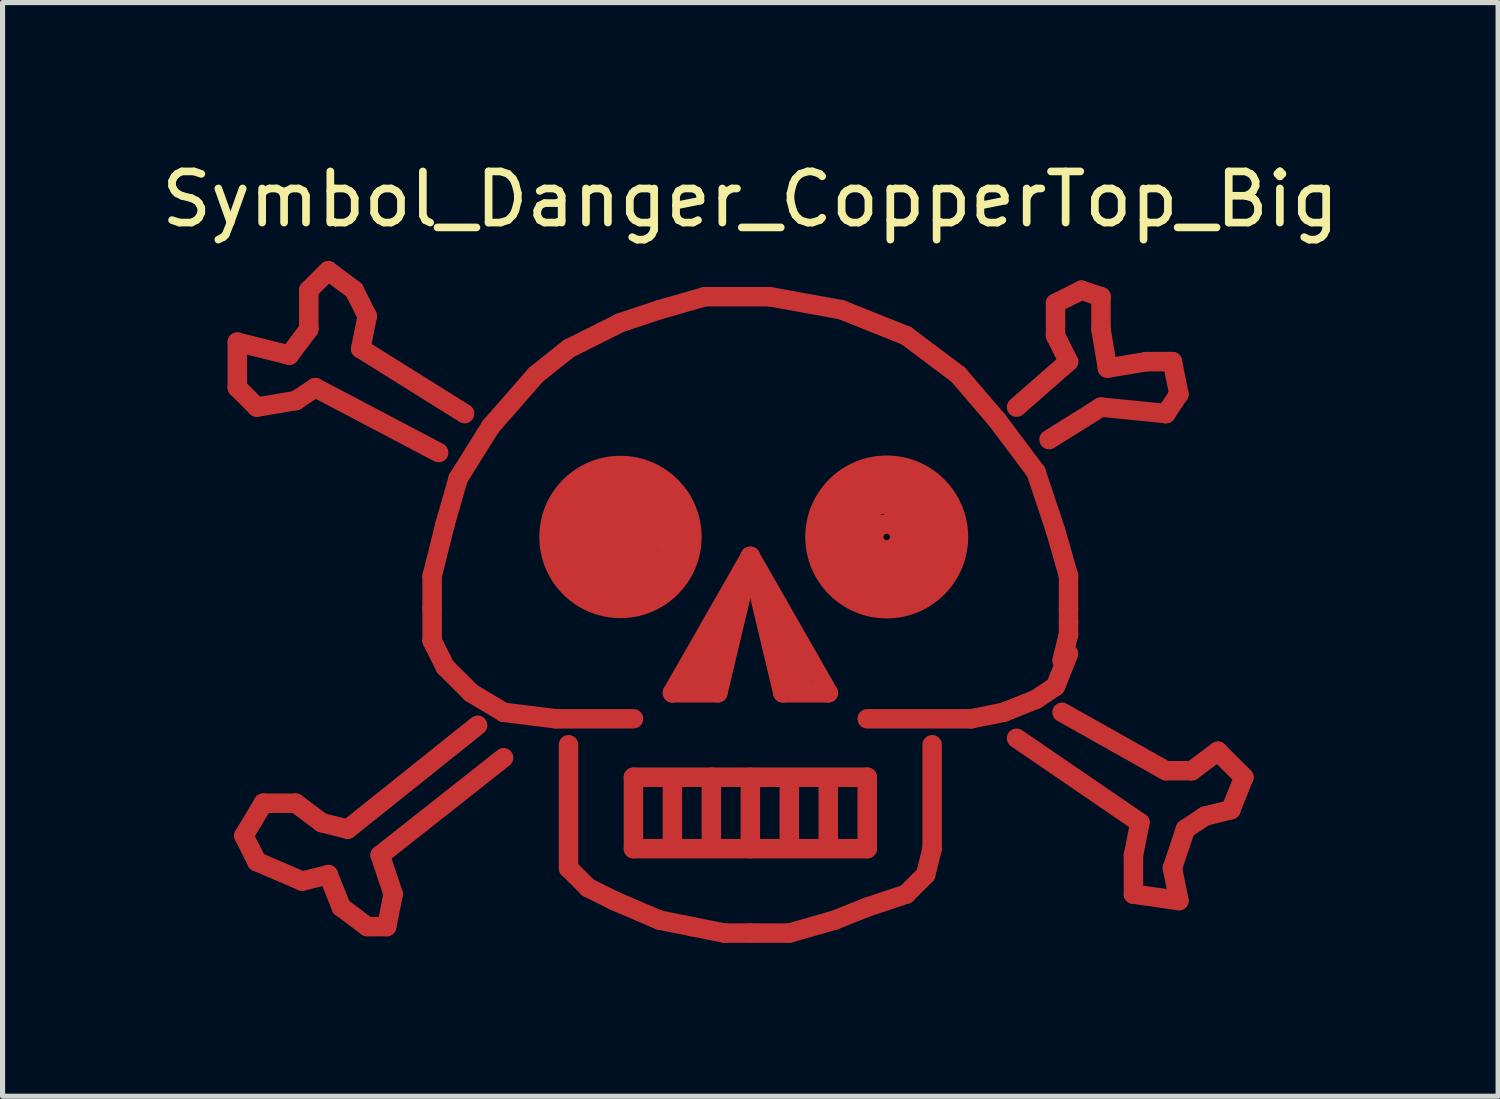
<source format=kicad_pcb>
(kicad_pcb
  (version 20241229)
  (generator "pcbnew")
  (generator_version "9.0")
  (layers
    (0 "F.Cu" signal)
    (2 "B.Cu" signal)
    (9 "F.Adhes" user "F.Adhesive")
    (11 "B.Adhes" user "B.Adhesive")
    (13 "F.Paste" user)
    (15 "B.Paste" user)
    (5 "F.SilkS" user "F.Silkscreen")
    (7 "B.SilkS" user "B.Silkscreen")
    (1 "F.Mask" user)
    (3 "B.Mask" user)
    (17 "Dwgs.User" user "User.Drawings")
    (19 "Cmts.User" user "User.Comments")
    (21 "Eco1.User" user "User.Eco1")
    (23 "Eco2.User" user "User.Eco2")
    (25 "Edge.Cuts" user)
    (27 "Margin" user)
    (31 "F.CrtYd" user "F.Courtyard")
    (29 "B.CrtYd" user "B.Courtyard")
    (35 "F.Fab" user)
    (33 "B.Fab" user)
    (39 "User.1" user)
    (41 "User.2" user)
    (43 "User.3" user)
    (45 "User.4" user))
  (footprint "Symbol_Danger_CopperTop_Big"
    (layer "F.Cu")
    (at 11.625 8.976)
    (property "Reference" "Symbol_Danger_CopperTop_Big" (at 0 -8.128 0) (layer "F.SilkS") (effects (font (size 1 1) (thickness 0.15))))
    (attr exclude_from_pos_files exclude_from_bom)
    (fp_line (start -10.033 -5.334) (end -10.033 -4.445) (stroke (width 0.381) (type solid)) (layer "F.Cu"))
    (fp_line (start -10.033 -4.445) (end -9.652 -4.064) (stroke (width 0.381) (type solid)) (layer "F.Cu"))
    (fp_line (start -9.906 4.318) (end -9.652 4.826) (stroke (width 0.381) (type solid)) (layer "F.Cu"))
    (fp_line (start -9.652 -4.064) (end -8.89 -4.191) (stroke (width 0.381) (type solid)) (layer "F.Cu"))
    (fp_line (start -9.652 4.826) (end -8.763 5.207) (stroke (width 0.381) (type solid)) (layer "F.Cu"))
    (fp_line (start -9.525 3.683) (end -9.906 4.318) (stroke (width 0.381) (type solid)) (layer "F.Cu"))
    (fp_line (start -9.017 -5.08) (end -10.033 -5.334) (stroke (width 0.381) (type solid)) (layer "F.Cu"))
    (fp_line (start -8.89 -4.191) (end -8.509 -4.445) (stroke (width 0.381) (type solid)) (layer "F.Cu"))
    (fp_line (start -8.89 3.683) (end -9.525 3.683) (stroke (width 0.381) (type solid)) (layer "F.Cu"))
    (fp_line (start -8.763 5.207) (end -8.255 5.08) (stroke (width 0.381) (type solid)) (layer "F.Cu"))
    (fp_line (start -8.636 -6.35) (end -8.636 -5.588) (stroke (width 0.381) (type solid)) (layer "F.Cu"))
    (fp_line (start -8.636 -5.588) (end -9.017 -5.08) (stroke (width 0.381) (type solid)) (layer "F.Cu"))
    (fp_line (start -8.509 -4.445) (end -6.096 -3.175) (stroke (width 0.381) (type solid)) (layer "F.Cu"))
    (fp_line (start -8.382 4.064) (end -8.89 3.683) (stroke (width 0.381) (type solid)) (layer "F.Cu"))
    (fp_line (start -8.255 -6.731) (end -8.636 -6.35) (stroke (width 0.381) (type solid)) (layer "F.Cu"))
    (fp_line (start -8.255 5.08) (end -8.001 5.715) (stroke (width 0.381) (type solid)) (layer "F.Cu"))
    (fp_line (start -8.001 5.715) (end -7.493 6.096) (stroke (width 0.381) (type solid)) (layer "F.Cu"))
    (fp_line (start -7.874 4.191) (end -8.382 4.064) (stroke (width 0.381) (type solid)) (layer "F.Cu"))
    (fp_line (start -7.747 -6.35) (end -8.255 -6.731) (stroke (width 0.381) (type solid)) (layer "F.Cu"))
    (fp_line (start -7.62 -5.207) (end -7.493 -5.842) (stroke (width 0.381) (type solid)) (layer "F.Cu"))
    (fp_line (start -7.493 -5.842) (end -7.747 -6.35) (stroke (width 0.381) (type solid)) (layer "F.Cu"))
    (fp_line (start -7.493 6.096) (end -7.112 6.096) (stroke (width 0.381) (type solid)) (layer "F.Cu"))
    (fp_line (start -7.239 4.699) (end -4.826 2.794) (stroke (width 0.381) (type solid)) (layer "F.Cu"))
    (fp_line (start -7.112 6.096) (end -6.985 5.461) (stroke (width 0.381) (type solid)) (layer "F.Cu"))
    (fp_line (start -6.985 5.461) (end -7.239 4.699) (stroke (width 0.381) (type solid)) (layer "F.Cu"))
    (fp_line (start -6.223 -0.762) (end -5.969 -1.778) (stroke (width 0.381) (type solid)) (layer "F.Cu"))
    (fp_line (start -6.223 -0.127) (end -6.223 -0.762) (stroke (width 0.381) (type solid)) (layer "F.Cu"))
    (fp_line (start -6.223 0.508) (end -6.223 -0.127) (stroke (width 0.381) (type solid)) (layer "F.Cu"))
    (fp_line (start -5.969 -1.778) (end -5.715 -2.667) (stroke (width 0.381) (type solid)) (layer "F.Cu"))
    (fp_line (start -5.969 1.016) (end -6.223 0.508) (stroke (width 0.381) (type solid)) (layer "F.Cu"))
    (fp_line (start -5.715 -2.667) (end -5.08 -3.683) (stroke (width 0.381) (type solid)) (layer "F.Cu"))
    (fp_line (start -5.588 -3.937) (end -7.62 -5.207) (stroke (width 0.381) (type solid)) (layer "F.Cu"))
    (fp_line (start -5.461 1.524) (end -5.969 1.016) (stroke (width 0.381) (type solid)) (layer "F.Cu"))
    (fp_line (start -5.334 2.159) (end -7.874 4.191) (stroke (width 0.381) (type solid)) (layer "F.Cu"))
    (fp_line (start -5.08 -3.683) (end -4.191 -4.699) (stroke (width 0.381) (type solid)) (layer "F.Cu"))
    (fp_line (start -4.826 1.905) (end -5.461 1.524) (stroke (width 0.381) (type solid)) (layer "F.Cu"))
    (fp_line (start -4.191 -4.699) (end -3.556 -5.207) (stroke (width 0.381) (type solid)) (layer "F.Cu"))
    (fp_line (start -3.81 2.032) (end -4.826 1.905) (stroke (width 0.381) (type solid)) (layer "F.Cu"))
    (fp_line (start -3.683 -1.905) (end -3.683 -1.27) (stroke (width 0.381) (type solid)) (layer "F.Cu"))
    (fp_line (start -3.683 -1.27) (end -3.429 -0.762) (stroke (width 0.381) (type solid)) (layer "F.Cu"))
    (fp_line (start -3.556 -5.207) (end -2.54 -5.715) (stroke (width 0.381) (type solid)) (layer "F.Cu"))
    (fp_line (start -3.556 2.54) (end -3.556 4.953) (stroke (width 0.381) (type solid)) (layer "F.Cu"))
    (fp_line (start -3.556 4.953) (end -3.175 5.334) (stroke (width 0.381) (type solid)) (layer "F.Cu"))
    (fp_line (start -3.429 -0.762) (end -3.048 -0.508) (stroke (width 0.381) (type solid)) (layer "F.Cu"))
    (fp_line (start -3.302 -1.524) (end -3.048 -1.143) (stroke (width 0.381) (type solid)) (layer "F.Cu"))
    (fp_line (start -3.175 -2.413) (end -3.683 -1.905) (stroke (width 0.381) (type solid)) (layer "F.Cu"))
    (fp_line (start -3.175 5.334) (end -2.667 5.588) (stroke (width 0.381) (type solid)) (layer "F.Cu"))
    (fp_line (start -3.048 -1.143) (end -2.667 -0.889) (stroke (width 0.381) (type solid)) (layer "F.Cu"))
    (fp_line (start -3.048 -0.508) (end -2.54 -0.381) (stroke (width 0.381) (type solid)) (layer "F.Cu"))
    (fp_line (start -2.921 -2.032) (end -3.302 -1.524) (stroke (width 0.381) (type solid)) (layer "F.Cu"))
    (fp_line (start -2.794 -1.397) (end -2.413 -1.27) (stroke (width 0.381) (type solid)) (layer "F.Cu"))
    (fp_line (start -2.667 -2.667) (end -3.175 -2.413) (stroke (width 0.381) (type solid)) (layer "F.Cu"))
    (fp_line (start -2.667 -0.889) (end -2.159 -0.889) (stroke (width 0.381) (type solid)) (layer "F.Cu"))
    (fp_line (start -2.667 5.588) (end -1.778 5.969) (stroke (width 0.381) (type solid)) (layer "F.Cu"))
    (fp_line (start -2.54 -5.715) (end -1.778 -5.969) (stroke (width 0.381) (type solid)) (layer "F.Cu"))
    (fp_line (start -2.54 -2.667) (end -2.921 -2.032) (stroke (width 0.381) (type solid)) (layer "F.Cu"))
    (fp_line (start -2.54 -2.286) (end -2.794 -1.397) (stroke (width 0.381) (type solid)) (layer "F.Cu"))
    (fp_line (start -2.54 -0.381) (end -1.778 -0.635) (stroke (width 0.381) (type solid)) (layer "F.Cu"))
    (fp_line (start -2.413 -1.27) (end -2.413 -1.778) (stroke (width 0.381) (type solid)) (layer "F.Cu"))
    (fp_line (start -2.286 2.032) (end -3.81 2.032) (stroke (width 0.381) (type solid)) (layer "F.Cu"))
    (fp_line (start -2.286 3.175) (end 2.286 3.175) (stroke (width 0.381) (type solid)) (layer "F.Cu"))
    (fp_line (start -2.286 4.572) (end -2.286 3.175) (stroke (width 0.381) (type solid)) (layer "F.Cu"))
    (fp_line (start -2.159 -0.889) (end -1.905 -1.524) (stroke (width 0.381) (type solid)) (layer "F.Cu"))
    (fp_line (start -2.032 -2.667) (end -2.54 -2.667) (stroke (width 0.381) (type solid)) (layer "F.Cu"))
    (fp_line (start -2.032 -2.032) (end -2.54 -2.286) (stroke (width 0.381) (type solid)) (layer "F.Cu"))
    (fp_line (start -1.905 -1.524) (end -2.032 -2.032) (stroke (width 0.381) (type solid)) (layer "F.Cu"))
    (fp_line (start -1.778 -5.969) (end -0.889 -6.223) (stroke (width 0.381) (type solid)) (layer "F.Cu"))
    (fp_line (start -1.778 -0.635) (end -1.397 -1.27) (stroke (width 0.381) (type solid)) (layer "F.Cu"))
    (fp_line (start -1.778 5.969) (end -1.143 6.096) (stroke (width 0.381) (type solid)) (layer "F.Cu"))
    (fp_line (start -1.651 -2.159) (end -2.032 -2.667) (stroke (width 0.381) (type solid)) (layer "F.Cu"))
    (fp_line (start -1.524 1.524) (end 0 -1.143) (stroke (width 0.381) (type solid)) (layer "F.Cu"))
    (fp_line (start -1.524 3.302) (end -1.524 4.445) (stroke (width 0.381) (type solid)) (layer "F.Cu"))
    (fp_line (start -1.397 -1.905) (end -1.651 -2.159) (stroke (width 0.381) (type solid)) (layer "F.Cu"))
    (fp_line (start -1.397 -1.27) (end -1.397 -1.905) (stroke (width 0.381) (type solid)) (layer "F.Cu"))
    (fp_line (start -1.143 6.096) (end -0.508 6.223) (stroke (width 0.381) (type solid)) (layer "F.Cu"))
    (fp_line (start -1.016 1.397) (end -0.635 0.762) (stroke (width 0.381) (type solid)) (layer "F.Cu"))
    (fp_line (start -0.889 -6.223) (end 0.381 -6.223) (stroke (width 0.381) (type solid)) (layer "F.Cu"))
    (fp_line (start -0.762 3.175) (end -0.762 4.445) (stroke (width 0.381) (type solid)) (layer "F.Cu"))
    (fp_line (start -0.635 1.524) (end -1.524 1.524) (stroke (width 0.381) (type solid)) (layer "F.Cu"))
    (fp_line (start -0.508 6.223) (end 0 6.223) (stroke (width 0.381) (type solid)) (layer "F.Cu"))
    (fp_line (start -0.381 -0.254) (end -1.143 1.27) (stroke (width 0.381) (type solid)) (layer "F.Cu"))
    (fp_line (start 0 -1.143) (end -0.635 1.524) (stroke (width 0.381) (type solid)) (layer "F.Cu"))
    (fp_line (start 0 -1.143) (end 1.524 1.524) (stroke (width 0.381) (type solid)) (layer "F.Cu"))
    (fp_line (start 0 3.175) (end 0 4.572) (stroke (width 0.381) (type solid)) (layer "F.Cu"))
    (fp_line (start 0.381 -6.223) (end 1.778 -5.969) (stroke (width 0.381) (type solid)) (layer "F.Cu"))
    (fp_line (start 0.381 0) (end 1.016 1.397) (stroke (width 0.381) (type solid)) (layer "F.Cu"))
    (fp_line (start 0.635 1.524) (end 0 -1.143) (stroke (width 0.381) (type solid)) (layer "F.Cu"))
    (fp_line (start 0.762 3.302) (end 0.762 4.445) (stroke (width 0.381) (type solid)) (layer "F.Cu"))
    (fp_line (start 0.762 6.223) (end 0 6.223) (stroke (width 0.381) (type solid)) (layer "F.Cu"))
    (fp_line (start 1.524 1.524) (end 0.635 1.524) (stroke (width 0.381) (type solid)) (layer "F.Cu"))
    (fp_line (start 1.524 3.302) (end 1.524 4.445) (stroke (width 0.381) (type solid)) (layer "F.Cu"))
    (fp_line (start 1.651 5.969) (end 0.762 6.223) (stroke (width 0.381) (type solid)) (layer "F.Cu"))
    (fp_line (start 1.778 -5.969) (end 3.048 -5.461) (stroke (width 0.381) (type solid)) (layer "F.Cu"))
    (fp_line (start 1.778 -1.143) (end 2.54 -0.762) (stroke (width 0.381) (type solid)) (layer "F.Cu"))
    (fp_line (start 2.159 -2.286) (end 1.778 -1.143) (stroke (width 0.381) (type solid)) (layer "F.Cu"))
    (fp_line (start 2.286 -1.524) (end 2.413 -1.143) (stroke (width 0.381) (type solid)) (layer "F.Cu"))
    (fp_line (start 2.286 2.032) (end 4.318 2.032) (stroke (width 0.381) (type solid)) (layer "F.Cu"))
    (fp_line (start 2.286 3.175) (end 2.286 4.572) (stroke (width 0.381) (type solid)) (layer "F.Cu"))
    (fp_line (start 2.286 4.572) (end -2.286 4.572) (stroke (width 0.381) (type solid)) (layer "F.Cu"))
    (fp_line (start 2.286 5.715) (end 1.651 5.969) (stroke (width 0.381) (type solid)) (layer "F.Cu"))
    (fp_line (start 2.413 -2.286) (end 2.286 -1.524) (stroke (width 0.381) (type solid)) (layer "F.Cu"))
    (fp_line (start 2.413 -1.143) (end 2.794 -1.143) (stroke (width 0.381) (type solid)) (layer "F.Cu"))
    (fp_line (start 2.54 -0.762) (end 3.175 -0.762) (stroke (width 0.381) (type solid)) (layer "F.Cu"))
    (fp_line (start 2.794 -1.143) (end 3.048 -1.524) (stroke (width 0.381) (type solid)) (layer "F.Cu"))
    (fp_line (start 3.048 -5.461) (end 4.064 -4.699) (stroke (width 0.381) (type solid)) (layer "F.Cu"))
    (fp_line (start 3.048 -2.286) (end 2.413 -2.286) (stroke (width 0.381) (type solid)) (layer "F.Cu"))
    (fp_line (start 3.048 -1.524) (end 2.794 -1.905) (stroke (width 0.381) (type solid)) (layer "F.Cu"))
    (fp_line (start 3.048 5.461) (end 2.286 5.715) (stroke (width 0.381) (type solid)) (layer "F.Cu"))
    (fp_line (start 3.175 -0.762) (end 3.556 -1.397) (stroke (width 0.381) (type solid)) (layer "F.Cu"))
    (fp_line (start 3.429 -1.905) (end 3.048 -2.286) (stroke (width 0.381) (type solid)) (layer "F.Cu"))
    (fp_line (start 3.429 5.08) (end 3.048 5.461) (stroke (width 0.381) (type solid)) (layer "F.Cu"))
    (fp_line (start 3.556 -1.397) (end 3.429 -1.905) (stroke (width 0.381) (type solid)) (layer "F.Cu"))
    (fp_line (start 3.556 2.54) (end 3.556 4.572) (stroke (width 0.381) (type solid)) (layer "F.Cu"))
    (fp_line (start 3.556 4.572) (end 3.429 5.08) (stroke (width 0.381) (type solid)) (layer "F.Cu"))
    (fp_line (start 4.064 -4.699) (end 4.826 -3.81) (stroke (width 0.381) (type solid)) (layer "F.Cu"))
    (fp_line (start 4.318 2.032) (end 4.953 1.905) (stroke (width 0.381) (type solid)) (layer "F.Cu"))
    (fp_line (start 4.826 -3.81) (end 5.588 -2.794) (stroke (width 0.381) (type solid)) (layer "F.Cu"))
    (fp_line (start 4.953 1.905) (end 5.588 1.651) (stroke (width 0.381) (type solid)) (layer "F.Cu"))
    (fp_line (start 5.207 -4.064) (end 6.223 -4.953) (stroke (width 0.381) (type solid)) (layer "F.Cu"))
    (fp_line (start 5.588 -2.794) (end 5.969 -1.651) (stroke (width 0.381) (type solid)) (layer "F.Cu"))
    (fp_line (start 5.588 1.651) (end 5.969 1.397) (stroke (width 0.381) (type solid)) (layer "F.Cu"))
    (fp_line (start 5.969 -6.096) (end 6.477 -6.35) (stroke (width 0.381) (type solid)) (layer "F.Cu"))
    (fp_line (start 5.969 -5.461) (end 5.969 -6.096) (stroke (width 0.381) (type solid)) (layer "F.Cu"))
    (fp_line (start 5.969 -1.651) (end 6.223 -0.762) (stroke (width 0.381) (type solid)) (layer "F.Cu"))
    (fp_line (start 5.969 1.397) (end 6.223 0.762) (stroke (width 0.381) (type solid)) (layer "F.Cu"))
    (fp_line (start 6.096 1.905) (end 8.128 3.048) (stroke (width 0.381) (type solid)) (layer "F.Cu"))
    (fp_line (start 6.223 -4.953) (end 5.969 -5.461) (stroke (width 0.381) (type solid)) (layer "F.Cu"))
    (fp_line (start 6.223 -0.762) (end 6.223 -0.127) (stroke (width 0.381) (type solid)) (layer "F.Cu"))
    (fp_line (start 6.223 -0.127) (end 6.223 0.127) (stroke (width 0.381) (type solid)) (layer "F.Cu"))
    (fp_line (start 6.223 0.127) (end 6.223 0.381) (stroke (width 0.381) (type solid)) (layer "F.Cu"))
    (fp_line (start 6.223 0.381) (end 6.096 0.889) (stroke (width 0.381) (type solid)) (layer "F.Cu"))
    (fp_line (start 6.477 -6.35) (end 6.858 -6.223) (stroke (width 0.381) (type solid)) (layer "F.Cu"))
    (fp_line (start 6.858 -6.223) (end 6.858 -5.588) (stroke (width 0.381) (type solid)) (layer "F.Cu"))
    (fp_line (start 6.858 -5.588) (end 6.985 -4.826) (stroke (width 0.381) (type solid)) (layer "F.Cu"))
    (fp_line (start 6.858 -4.064) (end 5.842 -3.429) (stroke (width 0.381) (type solid)) (layer "F.Cu"))
    (fp_line (start 6.985 -4.826) (end 7.747 -4.953) (stroke (width 0.381) (type solid)) (layer "F.Cu"))
    (fp_line (start 7.493 4.699) (end 7.62 4.064) (stroke (width 0.381) (type solid)) (layer "F.Cu"))
    (fp_line (start 7.493 5.461) (end 7.493 4.699) (stroke (width 0.381) (type solid)) (layer "F.Cu"))
    (fp_line (start 7.62 4.064) (end 5.207 2.413) (stroke (width 0.381) (type solid)) (layer "F.Cu"))
    (fp_line (start 7.747 -4.953) (end 8.255 -4.953) (stroke (width 0.381) (type solid)) (layer "F.Cu"))
    (fp_line (start 8.128 -3.937) (end 6.858 -4.064) (stroke (width 0.381) (type solid)) (layer "F.Cu"))
    (fp_line (start 8.128 3.048) (end 8.636 3.048) (stroke (width 0.381) (type solid)) (layer "F.Cu"))
    (fp_line (start 8.255 -4.953) (end 8.382 -4.318) (stroke (width 0.381) (type solid)) (layer "F.Cu"))
    (fp_line (start 8.255 4.953) (end 8.382 5.588) (stroke (width 0.381) (type solid)) (layer "F.Cu"))
    (fp_line (start 8.382 -4.318) (end 8.128 -3.937) (stroke (width 0.381) (type solid)) (layer "F.Cu"))
    (fp_line (start 8.382 5.588) (end 7.493 5.461) (stroke (width 0.381) (type solid)) (layer "F.Cu"))
    (fp_line (start 8.509 4.191) (end 8.255 4.953) (stroke (width 0.381) (type solid)) (layer "F.Cu"))
    (fp_line (start 8.636 3.048) (end 9.144 2.667) (stroke (width 0.381) (type solid)) (layer "F.Cu"))
    (fp_line (start 8.89 3.937) (end 8.509 4.191) (stroke (width 0.381) (type solid)) (layer "F.Cu"))
    (fp_line (start 9.144 2.667) (end 9.652 3.175) (stroke (width 0.381) (type solid)) (layer "F.Cu"))
    (fp_line (start 9.398 3.81) (end 8.89 3.937) (stroke (width 0.381) (type solid)) (layer "F.Cu"))
    (fp_line (start 9.652 3.175) (end 9.398 3.81) (stroke (width 0.381) (type solid)) (layer "F.Cu"))
    (fp_circle (center -2.54 -1.524) (end -2.54 -1.397) (stroke (width 0.381) (type solid)) (fill no) (layer "F.Cu"))
    (fp_circle (center -2.54 -1.524) (end -2.54 -0.127) (stroke (width 0.381) (type solid)) (fill no) (layer "F.Cu"))
    (fp_circle (center -2.54 -1.524) (end -2.413 -1.016) (stroke (width 0.381) (type solid)) (fill no) (layer "F.Cu"))
    (fp_circle (center -2.54 -1.524) (end -2.159 -0.635) (stroke (width 0.381) (type solid)) (fill no) (layer "F.Cu"))
    (fp_circle (center 2.667 -1.524) (end 2.667 -1.27) (stroke (width 0.381) (type solid)) (fill no) (layer "F.Cu"))
    (fp_circle (center 2.667 -1.524) (end 2.794 -0.889) (stroke (width 0.381) (type solid)) (fill no) (layer "F.Cu"))
    (fp_circle (center 2.667 -1.524) (end 2.794 -0.127) (stroke (width 0.381) (type solid)) (fill no) (layer "F.Cu"))
    (fp_circle (center 2.667 -1.524) (end 3.048 -0.508) (stroke (width 0.381) (type solid)) (fill no) (layer "F.Cu")))
  (gr_rect
    (start -3 -3)
    (end 26.25 18.39)
    (stroke (width 0.1) (type default))
    (fill no)
    (layer "Edge.Cuts")))
</source>
